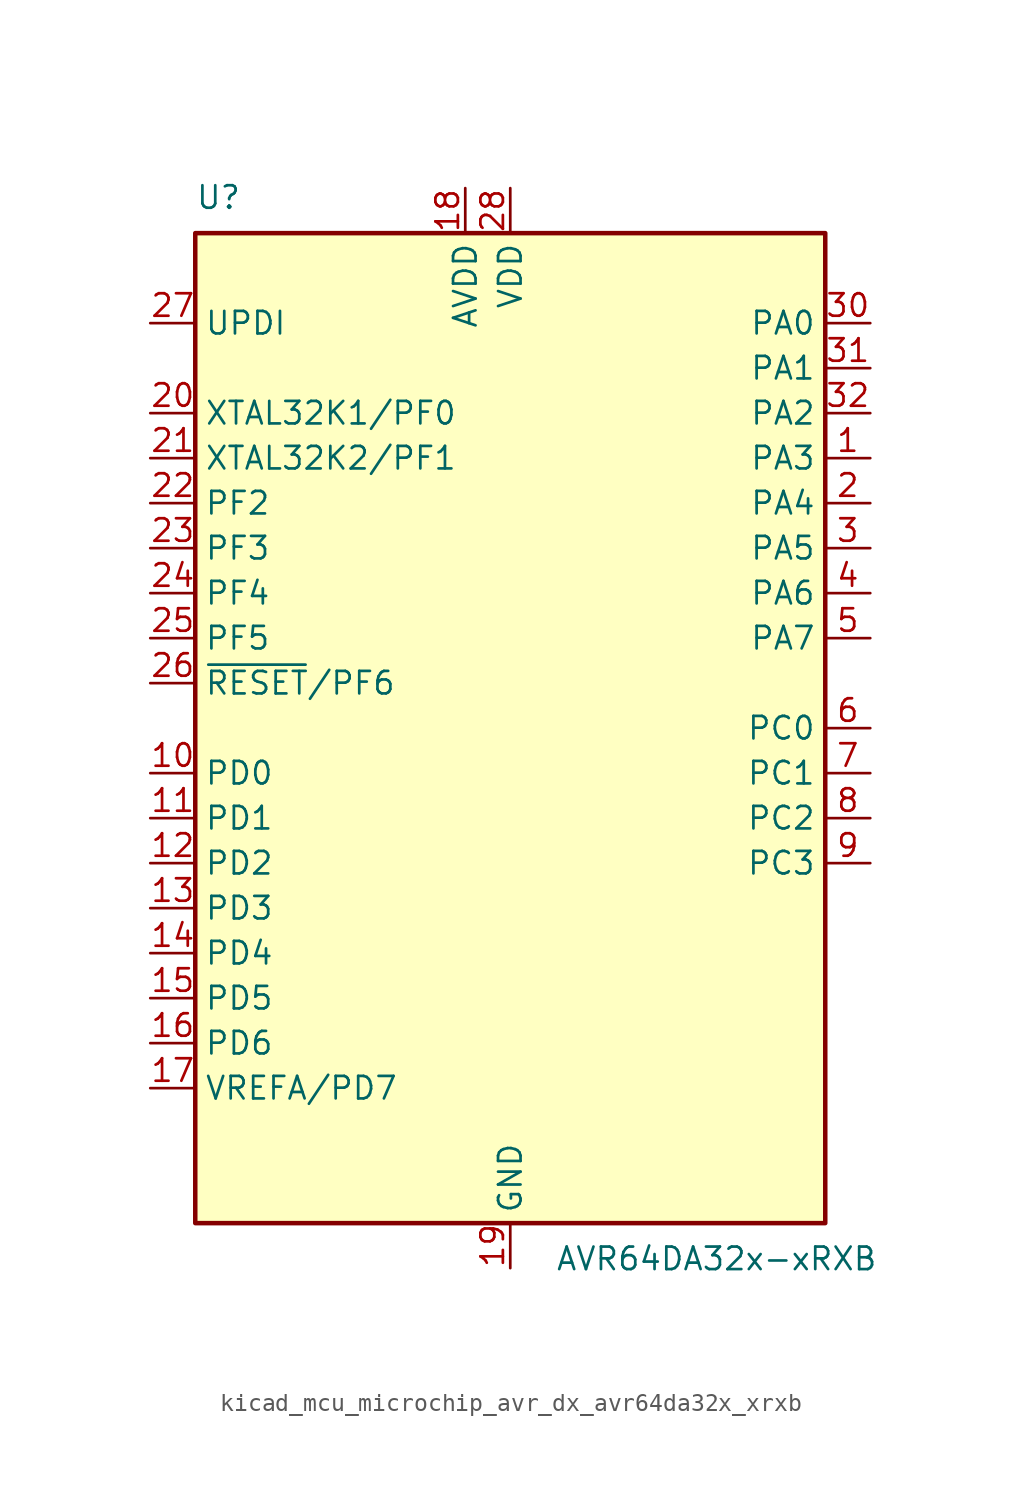
<source format=kicad_sym>
(kicad_symbol_lib
  (version 20220914)
  (generator kicad_symbol_editor)
  (symbol "kicad_mcu_microchip_avr_dx_avr64da32x_xrxb"
    (property "Reference" "U"
      (at -17.78 29.21 0)
      (effects (font (size 1.27 1.27)) (justify left bottom)))
    (property "Value" "AVR64DA32x-xRXB"
      (at 2.54 -29.21 0)
      (effects (font (size 1.27 1.27)) (justify left top)))
    (symbol "kicad_mcu_microchip_avr_dx_avr64da32x_xrxb_0_1"
      (rectangle (start -17.78 27.94) (end 17.78 -27.94) (stroke (width 0.254) (type default)) (fill (type background))))
    (symbol "kicad_mcu_microchip_avr_dx_avr64da32x_xrxb_1_1"
      (pin bidirectional line (at 20.32 15.24 180) (length 2.54) (name "PA3" (effects (font (size 1.27 1.27)))) (number "1" (effects (font (size 1.27 1.27)))))
      (pin bidirectional line (at -20.32 -2.54 0) (length 2.54) (name "PD0" (effects (font (size 1.27 1.27)))) (number "10" (effects (font (size 1.27 1.27)))))
      (pin bidirectional line (at -20.32 -5.08 0) (length 2.54) (name "PD1" (effects (font (size 1.27 1.27)))) (number "11" (effects (font (size 1.27 1.27)))))
      (pin bidirectional line (at -20.32 -7.62 0) (length 2.54) (name "PD2" (effects (font (size 1.27 1.27)))) (number "12" (effects (font (size 1.27 1.27)))))
      (pin bidirectional line (at -20.32 -10.16 0) (length 2.54) (name "PD3" (effects (font (size 1.27 1.27)))) (number "13" (effects (font (size 1.27 1.27)))))
      (pin bidirectional line (at -20.32 -12.7 0) (length 2.54) (name "PD4" (effects (font (size 1.27 1.27)))) (number "14" (effects (font (size 1.27 1.27)))))
      (pin bidirectional line (at -20.32 -15.24 0) (length 2.54) (name "PD5" (effects (font (size 1.27 1.27)))) (number "15" (effects (font (size 1.27 1.27)))))
      (pin bidirectional line (at -20.32 -17.78 0) (length 2.54) (name "PD6" (effects (font (size 1.27 1.27)))) (number "16" (effects (font (size 1.27 1.27)))))
      (pin bidirectional line (at -20.32 -20.32 0) (length 2.54) (name "VREFA/PD7" (effects (font (size 1.27 1.27)))) (number "17" (effects (font (size 1.27 1.27)))))
      (pin power_in line (at -2.54 30.48 270) (length 2.54) (name "AVDD" (effects (font (size 1.27 1.27)))) (number "18" (effects (font (size 1.27 1.27)))))
      (pin power_in line (at 0 -30.48 90) (length 2.54) (name "GND" (effects (font (size 1.27 1.27)))) (number "19" (effects (font (size 1.27 1.27)))))
      (pin bidirectional line (at 20.32 12.7 180) (length 2.54) (name "PA4" (effects (font (size 1.27 1.27)))) (number "2" (effects (font (size 1.27 1.27)))))
      (pin bidirectional line (at -20.32 17.78 0) (length 2.54) (name "XTAL32K1/PF0" (effects (font (size 1.27 1.27)))) (number "20" (effects (font (size 1.27 1.27)))))
      (pin bidirectional line (at -20.32 15.24 0) (length 2.54) (name "XTAL32K2/PF1" (effects (font (size 1.27 1.27)))) (number "21" (effects (font (size 1.27 1.27)))))
      (pin bidirectional line (at -20.32 12.7 0) (length 2.54) (name "PF2" (effects (font (size 1.27 1.27)))) (number "22" (effects (font (size 1.27 1.27)))))
      (pin bidirectional line (at -20.32 10.16 0) (length 2.54) (name "PF3" (effects (font (size 1.27 1.27)))) (number "23" (effects (font (size 1.27 1.27)))))
      (pin bidirectional line (at -20.32 7.62 0) (length 2.54) (name "PF4" (effects (font (size 1.27 1.27)))) (number "24" (effects (font (size 1.27 1.27)))))
      (pin bidirectional line (at -20.32 5.08 0) (length 2.54) (name "PF5" (effects (font (size 1.27 1.27)))) (number "25" (effects (font (size 1.27 1.27)))))
      (pin bidirectional line (at -20.32 2.54 0) (length 2.54) (name "~{RESET}/PF6" (effects (font (size 1.27 1.27)))) (number "26" (effects (font (size 1.27 1.27)))))
      (pin input line (at -20.32 22.86 0) (length 2.54) (name "UPDI" (effects (font (size 1.27 1.27)))) (number "27" (effects (font (size 1.27 1.27)))))
      (pin power_in line (at 0 30.48 270) (length 2.54) (name "VDD" (effects (font (size 1.27 1.27)))) (number "28" (effects (font (size 1.27 1.27)))))
      (pin passive line (at 0 -30.48 90) (length 2.54) hide (name "GND" (effects (font (size 1.27 1.27)))) (number "29" (effects (font (size 1.27 1.27)))))
      (pin bidirectional line (at 20.32 10.16 180) (length 2.54) (name "PA5" (effects (font (size 1.27 1.27)))) (number "3" (effects (font (size 1.27 1.27)))))
      (pin bidirectional line (at 20.32 22.86 180) (length 2.54) (name "PA0" (effects (font (size 1.27 1.27)))) (number "30" (effects (font (size 1.27 1.27)))))
      (pin bidirectional line (at 20.32 20.32 180) (length 2.54) (name "PA1" (effects (font (size 1.27 1.27)))) (number "31" (effects (font (size 1.27 1.27)))))
      (pin bidirectional line (at 20.32 17.78 180) (length 2.54) (name "PA2" (effects (font (size 1.27 1.27)))) (number "32" (effects (font (size 1.27 1.27)))))
      (pin passive line (at 0 -30.48 90) (length 2.54) hide (name "GND" (effects (font (size 1.27 1.27)))) (number "33" (effects (font (size 1.27 1.27)))))
      (pin bidirectional line (at 20.32 7.62 180) (length 2.54) (name "PA6" (effects (font (size 1.27 1.27)))) (number "4" (effects (font (size 1.27 1.27)))))
      (pin bidirectional line (at 20.32 5.08 180) (length 2.54) (name "PA7" (effects (font (size 1.27 1.27)))) (number "5" (effects (font (size 1.27 1.27)))))
      (pin bidirectional line (at 20.32 0 180) (length 2.54) (name "PC0" (effects (font (size 1.27 1.27)))) (number "6" (effects (font (size 1.27 1.27)))))
      (pin bidirectional line (at 20.32 -2.54 180) (length 2.54) (name "PC1" (effects (font (size 1.27 1.27)))) (number "7" (effects (font (size 1.27 1.27)))))
      (pin bidirectional line (at 20.32 -5.08 180) (length 2.54) (name "PC2" (effects (font (size 1.27 1.27)))) (number "8" (effects (font (size 1.27 1.27)))))
      (pin bidirectional line (at 20.32 -7.62 180) (length 2.54) (name "PC3" (effects (font (size 1.27 1.27)))) (number "9" (effects (font (size 1.27 1.27))))))))
</source>
